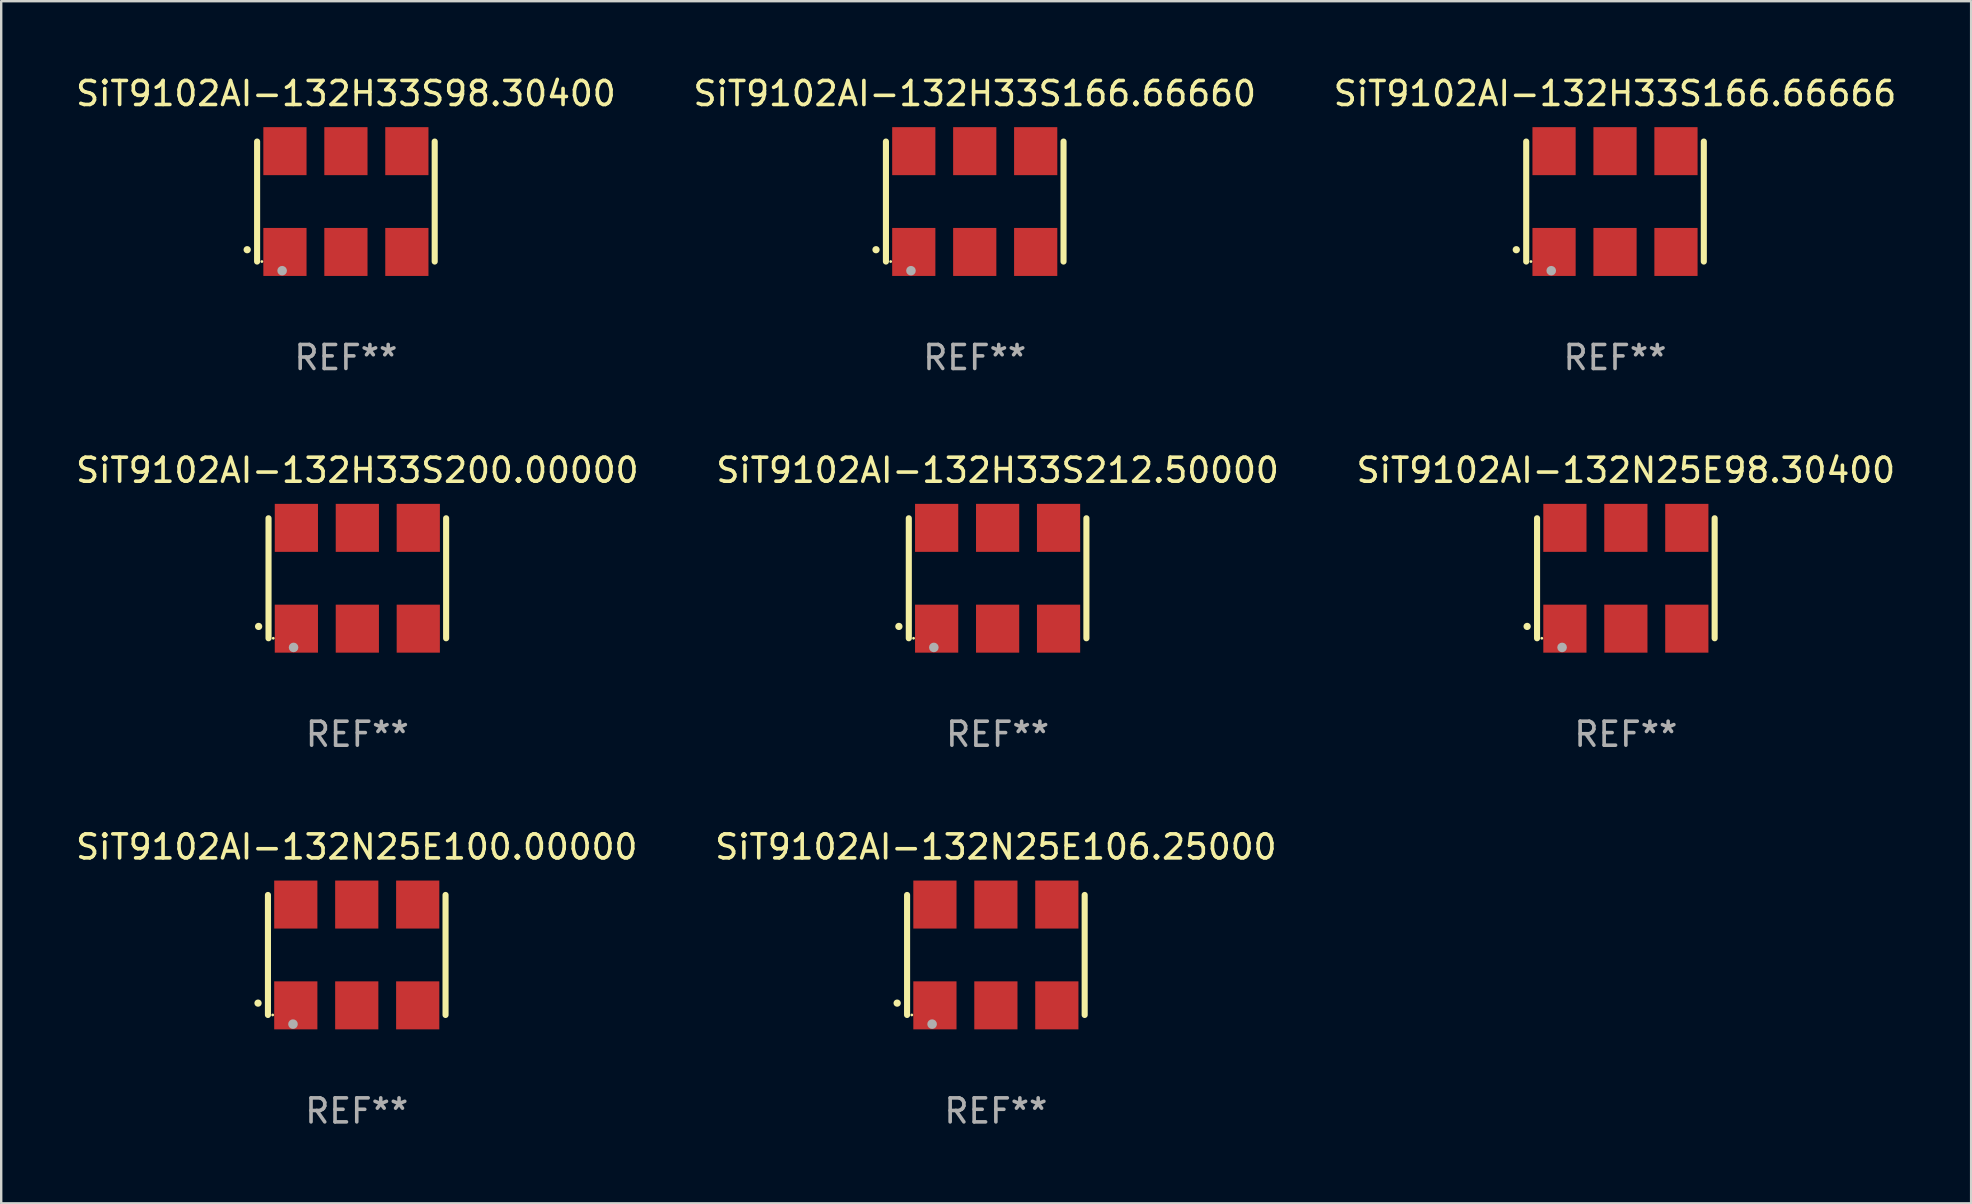
<source format=kicad_pcb>
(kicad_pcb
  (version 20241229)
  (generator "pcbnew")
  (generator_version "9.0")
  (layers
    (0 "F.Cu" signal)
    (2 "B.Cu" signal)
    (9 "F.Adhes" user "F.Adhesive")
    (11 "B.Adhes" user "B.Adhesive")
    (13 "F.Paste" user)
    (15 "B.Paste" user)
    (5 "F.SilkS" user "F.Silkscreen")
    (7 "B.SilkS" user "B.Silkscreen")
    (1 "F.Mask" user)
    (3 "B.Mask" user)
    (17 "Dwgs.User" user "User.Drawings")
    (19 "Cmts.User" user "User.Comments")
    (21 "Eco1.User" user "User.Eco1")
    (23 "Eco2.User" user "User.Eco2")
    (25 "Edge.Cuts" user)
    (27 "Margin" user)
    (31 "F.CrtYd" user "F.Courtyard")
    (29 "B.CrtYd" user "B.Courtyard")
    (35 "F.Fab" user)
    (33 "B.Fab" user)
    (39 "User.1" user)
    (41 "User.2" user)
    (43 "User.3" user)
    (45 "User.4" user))
  (footprint "SiT9102AI-132H33S166.66666"
    (layer "F.Cu")
    (at 64.244 5.348)
    (property "Reference" "SiT9102AI-132H33S166.66666" (at 0 -4.5 0) (layer "F.SilkS") (effects (font (size 1 1) (thickness 0.15))))
    (attr through_hole)
    (fp_line (start -3.7 -2.5) (end -3.7 2.5) (stroke (width 0.254) (type solid)) (layer "F.SilkS"))
    (fp_line (start 3.7 -2.5) (end 3.7 2.5) (stroke (width 0.254) (type solid)) (layer "F.SilkS"))
    (fp_arc (start -4.114415 2.006604) (mid -4.113145 2.006599) (end -4.111875 2.006604) (stroke (width 0.3) (type solid)) (layer "F.SilkS"))
    (fp_circle (center -3.502 2.5) (end -3.472 2.5) (stroke (width 0.06) (type solid)) (fill no) (layer "F.SilkS"))
    (fp_circle (center -2.657 2.882) (end -2.557 2.882) (stroke (width 0.2) (type solid)) (fill no) (layer "F.Fab"))
    (fp_text user "REF**" (at 0 6.5 0) (layer "F.Fab") (effects (font (size 1 1) (thickness 0.15))))
    (pad "1" smd rect (at -2.54 2.1) (size 1.8 2) (layers "F.Cu" "F.Mask" "F.Paste"))
    (pad "2" smd rect (at 0.000394 2.1) (size 1.8 2) (layers "F.Cu" "F.Mask" "F.Paste"))
    (pad "3" smd rect (at 2.54 2.1) (size 1.8 2) (layers "F.Cu" "F.Mask" "F.Paste"))
    (pad "4" smd rect (at 2.54 -2.1) (size 1.8 2) (layers "F.Cu" "F.Mask" "F.Paste"))
    (pad "5" smd rect (at 0.000394 -2.1) (size 1.8 2) (layers "F.Cu" "F.Mask" "F.Paste"))
    (pad "6" smd rect (at -2.54 -2.1) (size 1.8 2) (layers "F.Cu" "F.Mask" "F.Paste")))
  (footprint "SiT9102AI-132H33S200.00000"
    (layer "F.Cu")
    (at 11.839 21.045)
    (property "Reference" "SiT9102AI-132H33S200.00000" (at 0 -4.5 0) (layer "F.SilkS") (effects (font (size 1 1) (thickness 0.15))))
    (attr through_hole)
    (fp_line (start -3.7 -2.5) (end -3.7 2.5) (stroke (width 0.254) (type solid)) (layer "F.SilkS"))
    (fp_line (start 3.7 -2.5) (end 3.7 2.5) (stroke (width 0.254) (type solid)) (layer "F.SilkS"))
    (fp_arc (start -4.114415 2.006604) (mid -4.113145 2.006599) (end -4.111875 2.006604) (stroke (width 0.3) (type solid)) (layer "F.SilkS"))
    (fp_circle (center -3.502 2.5) (end -3.472 2.5) (stroke (width 0.06) (type solid)) (fill no) (layer "F.SilkS"))
    (fp_circle (center -2.657 2.882) (end -2.557 2.882) (stroke (width 0.2) (type solid)) (fill no) (layer "F.Fab"))
    (fp_text user "REF**" (at 0 6.5 0) (layer "F.Fab") (effects (font (size 1 1) (thickness 0.15))))
    (pad "1" smd rect (at -2.54 2.1) (size 1.8 2) (layers "F.Cu" "F.Mask" "F.Paste"))
    (pad "2" smd rect (at 0.000394 2.1) (size 1.8 2) (layers "F.Cu" "F.Mask" "F.Paste"))
    (pad "3" smd rect (at 2.54 2.1) (size 1.8 2) (layers "F.Cu" "F.Mask" "F.Paste"))
    (pad "4" smd rect (at 2.54 -2.1) (size 1.8 2) (layers "F.Cu" "F.Mask" "F.Paste"))
    (pad "5" smd rect (at 0.000394 -2.1) (size 1.8 2) (layers "F.Cu" "F.Mask" "F.Paste"))
    (pad "6" smd rect (at -2.54 -2.1) (size 1.8 2) (layers "F.Cu" "F.Mask" "F.Paste")))
  (footprint "SiT9102AI-132H33S166.66660"
    (layer "F.Cu")
    (at 37.565 5.348)
    (property "Reference" "SiT9102AI-132H33S166.66660" (at 0 -4.5 0) (layer "F.SilkS") (effects (font (size 1 1) (thickness 0.15))))
    (attr through_hole)
    (fp_line (start -3.7 -2.5) (end -3.7 2.5) (stroke (width 0.254) (type solid)) (layer "F.SilkS"))
    (fp_line (start 3.7 -2.5) (end 3.7 2.5) (stroke (width 0.254) (type solid)) (layer "F.SilkS"))
    (fp_arc (start -4.114415 2.006604) (mid -4.113145 2.006599) (end -4.111875 2.006604) (stroke (width 0.3) (type solid)) (layer "F.SilkS"))
    (fp_circle (center -3.502 2.5) (end -3.472 2.5) (stroke (width 0.06) (type solid)) (fill no) (layer "F.SilkS"))
    (fp_circle (center -2.657 2.882) (end -2.557 2.882) (stroke (width 0.2) (type solid)) (fill no) (layer "F.Fab"))
    (fp_text user "REF**" (at 0 6.5 0) (layer "F.Fab") (effects (font (size 1 1) (thickness 0.15))))
    (pad "1" smd rect (at -2.54 2.1) (size 1.8 2) (layers "F.Cu" "F.Mask" "F.Paste"))
    (pad "2" smd rect (at 0.000394 2.1) (size 1.8 2) (layers "F.Cu" "F.Mask" "F.Paste"))
    (pad "3" smd rect (at 2.54 2.1) (size 1.8 2) (layers "F.Cu" "F.Mask" "F.Paste"))
    (pad "4" smd rect (at 2.54 -2.1) (size 1.8 2) (layers "F.Cu" "F.Mask" "F.Paste"))
    (pad "5" smd rect (at 0.000394 -2.1) (size 1.8 2) (layers "F.Cu" "F.Mask" "F.Paste"))
    (pad "6" smd rect (at -2.54 -2.1) (size 1.8 2) (layers "F.Cu" "F.Mask" "F.Paste")))
  (footprint "SiT9102AI-132H33S98.30400"
    (layer "F.Cu")
    (at 11.363 5.348)
    (property "Reference" "SiT9102AI-132H33S98.30400" (at 0 -4.5 0) (layer "F.SilkS") (effects (font (size 1 1) (thickness 0.15))))
    (attr through_hole)
    (fp_line (start -3.7 -2.5) (end -3.7 2.5) (stroke (width 0.254) (type solid)) (layer "F.SilkS"))
    (fp_line (start 3.7 -2.5) (end 3.7 2.5) (stroke (width 0.254) (type solid)) (layer "F.SilkS"))
    (fp_arc (start -4.114415 2.006604) (mid -4.113145 2.006599) (end -4.111875 2.006604) (stroke (width 0.3) (type solid)) (layer "F.SilkS"))
    (fp_circle (center -3.502 2.5) (end -3.472 2.5) (stroke (width 0.06) (type solid)) (fill no) (layer "F.SilkS"))
    (fp_circle (center -2.657 2.882) (end -2.557 2.882) (stroke (width 0.2) (type solid)) (fill no) (layer "F.Fab"))
    (fp_text user "REF**" (at 0 6.5 0) (layer "F.Fab") (effects (font (size 1 1) (thickness 0.15))))
    (pad "1" smd rect (at -2.54 2.1) (size 1.8 2) (layers "F.Cu" "F.Mask" "F.Paste"))
    (pad "2" smd rect (at 0.000394 2.1) (size 1.8 2) (layers "F.Cu" "F.Mask" "F.Paste"))
    (pad "3" smd rect (at 2.54 2.1) (size 1.8 2) (layers "F.Cu" "F.Mask" "F.Paste"))
    (pad "4" smd rect (at 2.54 -2.1) (size 1.8 2) (layers "F.Cu" "F.Mask" "F.Paste"))
    (pad "5" smd rect (at 0.000394 -2.1) (size 1.8 2) (layers "F.Cu" "F.Mask" "F.Paste"))
    (pad "6" smd rect (at -2.54 -2.1) (size 1.8 2) (layers "F.Cu" "F.Mask" "F.Paste")))
  (footprint "SiT9102AI-132N25E106.25000"
    (layer "F.Cu")
    (at 38.446 36.741)
    (property "Reference" "SiT9102AI-132N25E106.25000" (at 0 -4.5 0) (layer "F.SilkS") (effects (font (size 1 1) (thickness 0.15))))
    (attr through_hole)
    (fp_line (start -3.7 -2.5) (end -3.7 2.5) (stroke (width 0.254) (type solid)) (layer "F.SilkS"))
    (fp_line (start 3.7 -2.5) (end 3.7 2.5) (stroke (width 0.254) (type solid)) (layer "F.SilkS"))
    (fp_arc (start -4.114415 2.006604) (mid -4.113145 2.006599) (end -4.111875 2.006604) (stroke (width 0.3) (type solid)) (layer "F.SilkS"))
    (fp_circle (center -3.502 2.5) (end -3.472 2.5) (stroke (width 0.06) (type solid)) (fill no) (layer "F.SilkS"))
    (fp_circle (center -2.657 2.882) (end -2.557 2.882) (stroke (width 0.2) (type solid)) (fill no) (layer "F.Fab"))
    (fp_text user "REF**" (at 0 6.5 0) (layer "F.Fab") (effects (font (size 1 1) (thickness 0.15))))
    (pad "1" smd rect (at -2.54 2.1) (size 1.8 2) (layers "F.Cu" "F.Mask" "F.Paste"))
    (pad "2" smd rect (at 0.000394 2.1) (size 1.8 2) (layers "F.Cu" "F.Mask" "F.Paste"))
    (pad "3" smd rect (at 2.54 2.1) (size 1.8 2) (layers "F.Cu" "F.Mask" "F.Paste"))
    (pad "4" smd rect (at 2.54 -2.1) (size 1.8 2) (layers "F.Cu" "F.Mask" "F.Paste"))
    (pad "5" smd rect (at 0.000394 -2.1) (size 1.8 2) (layers "F.Cu" "F.Mask" "F.Paste"))
    (pad "6" smd rect (at -2.54 -2.1) (size 1.8 2) (layers "F.Cu" "F.Mask" "F.Paste")))
  (footprint "SiT9102AI-132N25E100.00000"
    (layer "F.Cu")
    (at 11.815 36.741)
    (property "Reference" "SiT9102AI-132N25E100.00000" (at 0 -4.5 0) (layer "F.SilkS") (effects (font (size 1 1) (thickness 0.15))))
    (attr through_hole)
    (fp_line (start -3.7 -2.5) (end -3.7 2.5) (stroke (width 0.254) (type solid)) (layer "F.SilkS"))
    (fp_line (start 3.7 -2.5) (end 3.7 2.5) (stroke (width 0.254) (type solid)) (layer "F.SilkS"))
    (fp_arc (start -4.114415 2.006604) (mid -4.113145 2.006599) (end -4.111875 2.006604) (stroke (width 0.3) (type solid)) (layer "F.SilkS"))
    (fp_circle (center -3.502 2.5) (end -3.472 2.5) (stroke (width 0.06) (type solid)) (fill no) (layer "F.SilkS"))
    (fp_circle (center -2.657 2.882) (end -2.557 2.882) (stroke (width 0.2) (type solid)) (fill no) (layer "F.Fab"))
    (fp_text user "REF**" (at 0 6.5 0) (layer "F.Fab") (effects (font (size 1 1) (thickness 0.15))))
    (pad "1" smd rect (at -2.54 2.1) (size 1.8 2) (layers "F.Cu" "F.Mask" "F.Paste"))
    (pad "2" smd rect (at 0.000394 2.1) (size 1.8 2) (layers "F.Cu" "F.Mask" "F.Paste"))
    (pad "3" smd rect (at 2.54 2.1) (size 1.8 2) (layers "F.Cu" "F.Mask" "F.Paste"))
    (pad "4" smd rect (at 2.54 -2.1) (size 1.8 2) (layers "F.Cu" "F.Mask" "F.Paste"))
    (pad "5" smd rect (at 0.000394 -2.1) (size 1.8 2) (layers "F.Cu" "F.Mask" "F.Paste"))
    (pad "6" smd rect (at -2.54 -2.1) (size 1.8 2) (layers "F.Cu" "F.Mask" "F.Paste")))
  (footprint "SiT9102AI-132N25E98.30400"
    (layer "F.Cu")
    (at 64.696 21.045)
    (property "Reference" "SiT9102AI-132N25E98.30400" (at 0 -4.5 0) (layer "F.SilkS") (effects (font (size 1 1) (thickness 0.15))))
    (attr through_hole)
    (fp_line (start -3.7 -2.5) (end -3.7 2.5) (stroke (width 0.254) (type solid)) (layer "F.SilkS"))
    (fp_line (start 3.7 -2.5) (end 3.7 2.5) (stroke (width 0.254) (type solid)) (layer "F.SilkS"))
    (fp_arc (start -4.114415 2.006604) (mid -4.113145 2.006599) (end -4.111875 2.006604) (stroke (width 0.3) (type solid)) (layer "F.SilkS"))
    (fp_circle (center -3.502 2.5) (end -3.472 2.5) (stroke (width 0.06) (type solid)) (fill no) (layer "F.SilkS"))
    (fp_circle (center -2.657 2.882) (end -2.557 2.882) (stroke (width 0.2) (type solid)) (fill no) (layer "F.Fab"))
    (fp_text user "REF**" (at 0 6.5 0) (layer "F.Fab") (effects (font (size 1 1) (thickness 0.15))))
    (pad "1" smd rect (at -2.54 2.1) (size 1.8 2) (layers "F.Cu" "F.Mask" "F.Paste"))
    (pad "2" smd rect (at 0.000394 2.1) (size 1.8 2) (layers "F.Cu" "F.Mask" "F.Paste"))
    (pad "3" smd rect (at 2.54 2.1) (size 1.8 2) (layers "F.Cu" "F.Mask" "F.Paste"))
    (pad "4" smd rect (at 2.54 -2.1) (size 1.8 2) (layers "F.Cu" "F.Mask" "F.Paste"))
    (pad "5" smd rect (at 0.000394 -2.1) (size 1.8 2) (layers "F.Cu" "F.Mask" "F.Paste"))
    (pad "6" smd rect (at -2.54 -2.1) (size 1.8 2) (layers "F.Cu" "F.Mask" "F.Paste")))
  (footprint "SiT9102AI-132H33S212.50000"
    (layer "F.Cu")
    (at 38.518 21.045)
    (property "Reference" "SiT9102AI-132H33S212.50000" (at 0 -4.5 0) (layer "F.SilkS") (effects (font (size 1 1) (thickness 0.15))))
    (attr through_hole)
    (fp_line (start -3.7 -2.5) (end -3.7 2.5) (stroke (width 0.254) (type solid)) (layer "F.SilkS"))
    (fp_line (start 3.7 -2.5) (end 3.7 2.5) (stroke (width 0.254) (type solid)) (layer "F.SilkS"))
    (fp_arc (start -4.114415 2.006604) (mid -4.113145 2.006599) (end -4.111875 2.006604) (stroke (width 0.3) (type solid)) (layer "F.SilkS"))
    (fp_circle (center -3.502 2.5) (end -3.472 2.5) (stroke (width 0.06) (type solid)) (fill no) (layer "F.SilkS"))
    (fp_circle (center -2.657 2.882) (end -2.557 2.882) (stroke (width 0.2) (type solid)) (fill no) (layer "F.Fab"))
    (fp_text user "REF**" (at 0 6.5 0) (layer "F.Fab") (effects (font (size 1 1) (thickness 0.15))))
    (pad "1" smd rect (at -2.54 2.1) (size 1.8 2) (layers "F.Cu" "F.Mask" "F.Paste"))
    (pad "2" smd rect (at 0.000394 2.1) (size 1.8 2) (layers "F.Cu" "F.Mask" "F.Paste"))
    (pad "3" smd rect (at 2.54 2.1) (size 1.8 2) (layers "F.Cu" "F.Mask" "F.Paste"))
    (pad "4" smd rect (at 2.54 -2.1) (size 1.8 2) (layers "F.Cu" "F.Mask" "F.Paste"))
    (pad "5" smd rect (at 0.000394 -2.1) (size 1.8 2) (layers "F.Cu" "F.Mask" "F.Paste"))
    (pad "6" smd rect (at -2.54 -2.1) (size 1.8 2) (layers "F.Cu" "F.Mask" "F.Paste")))
  (gr_rect
    (start -3 -3)
    (end 79.083 47.09)
    (stroke (width 0.1) (type default))
    (fill no)
    (layer "Edge.Cuts")))
</source>
